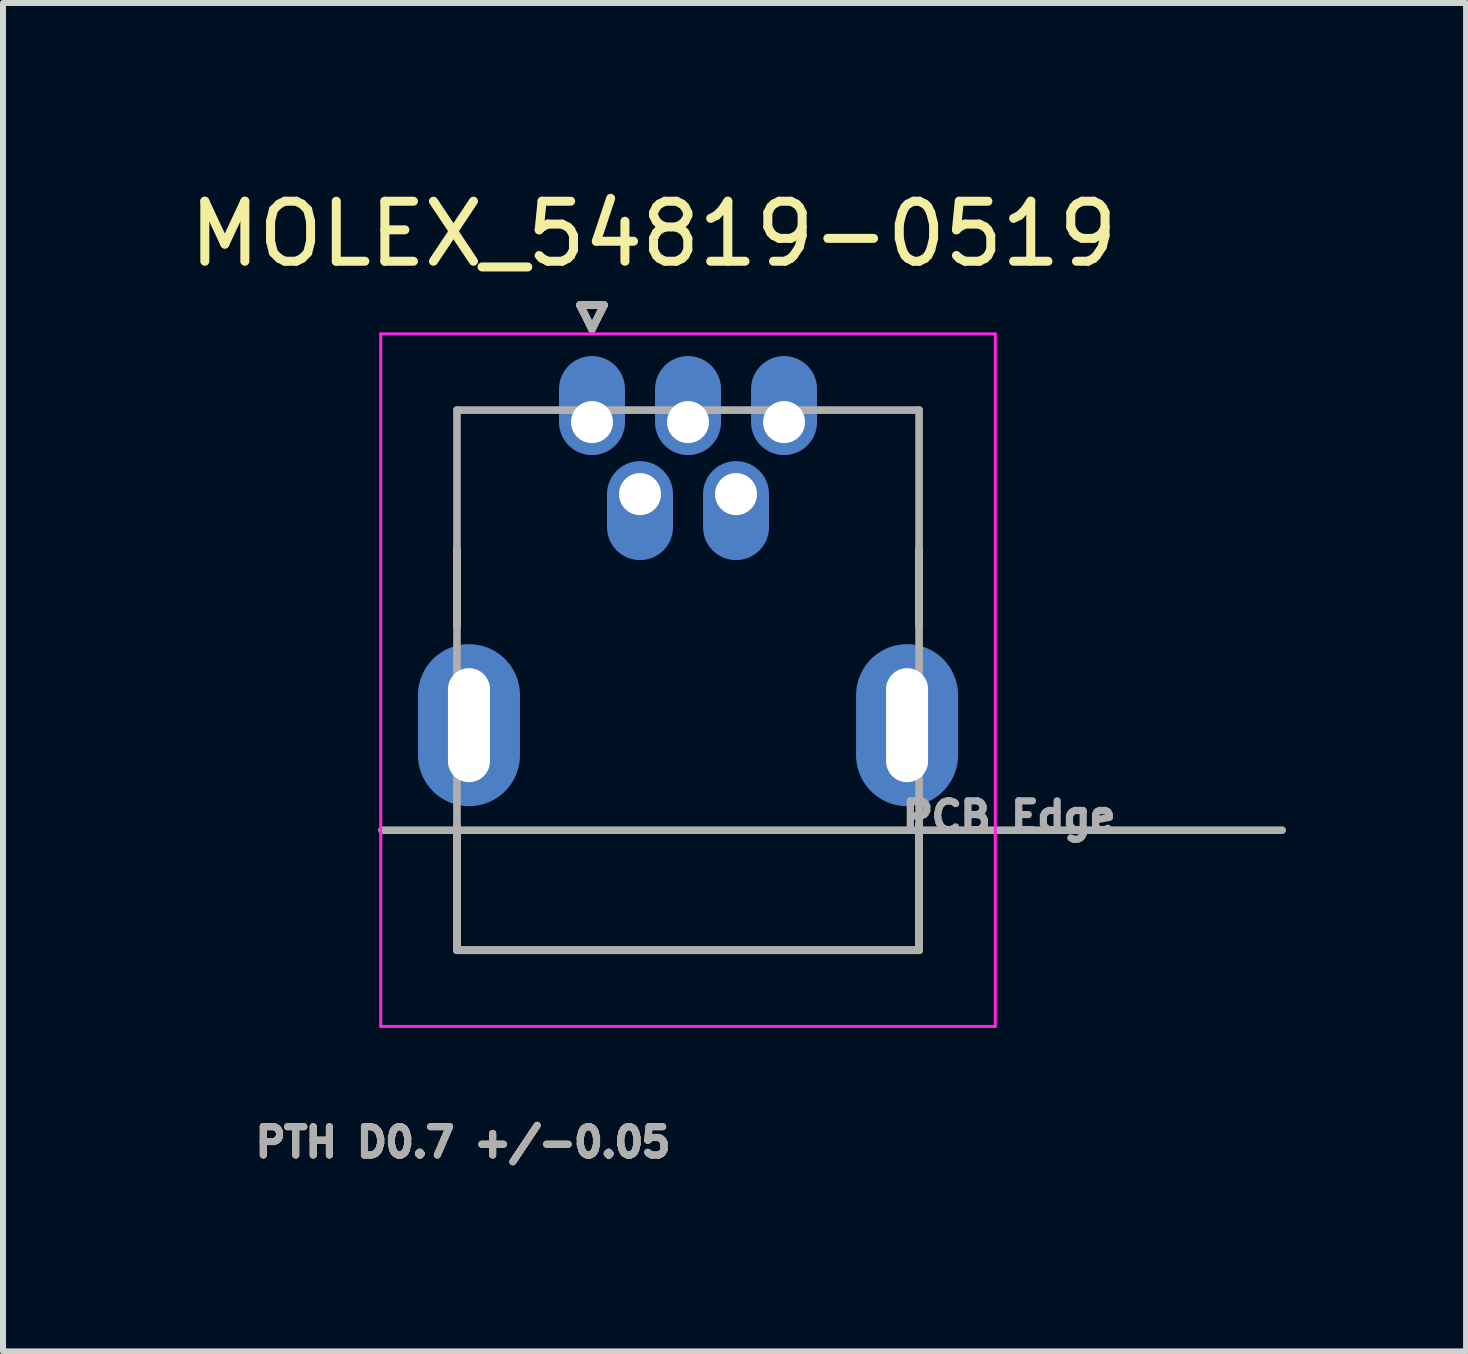
<source format=kicad_pcb>
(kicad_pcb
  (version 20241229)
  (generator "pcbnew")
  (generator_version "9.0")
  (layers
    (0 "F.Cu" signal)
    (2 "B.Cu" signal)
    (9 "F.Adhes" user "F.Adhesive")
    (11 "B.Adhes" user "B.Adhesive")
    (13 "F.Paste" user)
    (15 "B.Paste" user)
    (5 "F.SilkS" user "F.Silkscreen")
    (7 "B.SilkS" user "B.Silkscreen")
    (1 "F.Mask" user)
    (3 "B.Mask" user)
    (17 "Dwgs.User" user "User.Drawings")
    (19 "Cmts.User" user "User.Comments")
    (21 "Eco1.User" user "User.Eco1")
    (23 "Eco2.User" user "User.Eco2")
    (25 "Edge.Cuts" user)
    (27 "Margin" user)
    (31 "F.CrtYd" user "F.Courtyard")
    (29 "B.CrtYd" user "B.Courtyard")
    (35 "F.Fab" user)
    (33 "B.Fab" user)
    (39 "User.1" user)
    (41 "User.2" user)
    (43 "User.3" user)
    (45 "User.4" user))
  (footprint "MOLEX_54819-0519"
    (layer "F.Cu")
    (at 6.814 3.983)
    (property "Reference" "MOLEX_54819-0519" (at 1.025 -3.135 0) (layer "F.SilkS") (effects (font (size 1 1) (thickness 0.15))))
    (attr smd)
    (fp_circle (center 0 0) (end 0.301 0) (stroke (width 0.601) (type solid)) (fill no) (layer "F.Mask"))
    (fp_circle (center 0.8 1.2) (end 1.101 1.2) (stroke (width 0.601) (type solid)) (fill no) (layer "F.Mask"))
    (fp_circle (center 1.6 0) (end 1.901 0) (stroke (width 0.601) (type solid)) (fill no) (layer "F.Mask"))
    (fp_circle (center 2.4 1.2) (end 2.701 1.2) (stroke (width 0.601) (type solid)) (fill no) (layer "F.Mask"))
    (fp_circle (center 3.2 0) (end 3.501 0) (stroke (width 0.601) (type solid)) (fill no) (layer "F.Mask"))
    (fp_poly (pts (xy -1.411 4.411) (xy -1.411 5.689) (xy -1.424 5.755) (xy -1.441 5.814) (xy -1.463 5.871) (xy -1.491 5.925) (xy -1.524 5.977) (xy -1.562 6.026) (xy -1.605 6.07) (xy -1.651 6.11) (xy -1.701 6.146) (xy -1.754 6.177) (xy -1.81 6.202) (xy -1.868 6.223) (xy -1.928 6.237) (xy -1.989 6.246) (xy -2.05 6.249) (xy -2.111 6.246) (xy -2.172 6.237) (xy -2.232 6.223) (xy -2.29 6.202) (xy -2.346 6.177) (xy -2.399 6.146) (xy -2.449 6.11) (xy -2.495 6.07) (xy -2.538 6.026) (xy -2.576 5.977) (xy -2.609 5.925) (xy -2.637 5.871) (xy -2.659 5.814) (xy -2.676 5.755) (xy -2.689 5.689) (xy -2.689 4.411) (xy -2.676 4.345) (xy -2.659 4.286) (xy -2.637 4.229) (xy -2.609 4.175) (xy -2.576 4.123) (xy -2.538 4.074) (xy -2.495 4.03) (xy -2.449 3.99) (xy -2.399 3.954) (xy -2.346 3.923) (xy -2.29 3.898) (xy -2.232 3.877) (xy -2.172 3.863) (xy -2.111 3.854) (xy -2.05 3.851) (xy -1.989 3.854) (xy -1.928 3.863) (xy -1.868 3.877) (xy -1.81 3.898) (xy -1.754 3.923) (xy -1.701 3.954) (xy -1.651 3.99) (xy -1.605 4.03) (xy -1.562 4.074) (xy -1.524 4.123) (xy -1.491 4.175) (xy -1.463 4.229) (xy -1.441 4.286) (xy -1.424 4.345) (xy -1.411 4.411) (xy -1.411 4.411)) (stroke (width 0.01) (type solid)) (fill yes) (layer "F.Mask"))
    (fp_poly (pts (xy 5.889 4.411) (xy 5.889 5.689) (xy 5.876 5.755) (xy 5.859 5.814) (xy 5.837 5.871) (xy 5.809 5.925) (xy 5.776 5.977) (xy 5.738 6.026) (xy 5.695 6.07) (xy 5.649 6.11) (xy 5.599 6.146) (xy 5.546 6.177) (xy 5.49 6.202) (xy 5.432 6.223) (xy 5.372 6.237) (xy 5.311 6.246) (xy 5.25 6.249) (xy 5.189 6.246) (xy 5.128 6.237) (xy 5.068 6.223) (xy 5.01 6.202) (xy 4.954 6.177) (xy 4.901 6.146) (xy 4.851 6.11) (xy 4.805 6.07) (xy 4.762 6.026) (xy 4.724 5.977) (xy 4.691 5.925) (xy 4.663 5.871) (xy 4.641 5.814) (xy 4.624 5.755) (xy 4.611 5.689) (xy 4.611 4.411) (xy 4.624 4.345) (xy 4.641 4.286) (xy 4.663 4.229) (xy 4.691 4.175) (xy 4.724 4.123) (xy 4.762 4.074) (xy 4.805 4.03) (xy 4.851 3.99) (xy 4.901 3.954) (xy 4.954 3.923) (xy 5.01 3.898) (xy 5.068 3.877) (xy 5.128 3.863) (xy 5.189 3.854) (xy 5.25 3.851) (xy 5.311 3.854) (xy 5.372 3.863) (xy 5.432 3.877) (xy 5.49 3.898) (xy 5.546 3.923) (xy 5.599 3.954) (xy 5.649 3.99) (xy 5.695 4.03) (xy 5.738 4.074) (xy 5.776 4.123) (xy 5.809 4.175) (xy 5.837 4.229) (xy 5.859 4.286) (xy 5.876 4.345) (xy 5.889 4.411) (xy 5.889 4.411)) (stroke (width 0.01) (type solid)) (fill yes) (layer "F.Mask"))
    (fp_poly (pts (xy -1.124 4.55) (xy -1.124 5.55) (xy -1.129 5.647) (xy -1.144 5.743) (xy -1.169 5.836) (xy -1.204 5.927) (xy -1.248 6.013) (xy -1.301 6.094) (xy -1.362 6.17) (xy -1.43 6.238) (xy -1.506 6.299) (xy -1.587 6.352) (xy -1.673 6.396) (xy -1.764 6.431) (xy -1.857 6.456) (xy -1.953 6.471) (xy -2.05 6.476) (xy -2.147 6.471) (xy -2.243 6.456) (xy -2.336 6.431) (xy -2.427 6.396) (xy -2.513 6.352) (xy -2.594 6.299) (xy -2.67 6.238) (xy -2.738 6.17) (xy -2.799 6.094) (xy -2.852 6.013) (xy -2.896 5.927) (xy -2.931 5.836) (xy -2.956 5.743) (xy -2.971 5.647) (xy -2.976 5.55) (xy -2.976 4.55) (xy -2.971 4.453) (xy -2.956 4.357) (xy -2.931 4.264) (xy -2.896 4.173) (xy -2.852 4.087) (xy -2.799 4.006) (xy -2.738 3.93) (xy -2.67 3.862) (xy -2.594 3.801) (xy -2.513 3.748) (xy -2.427 3.704) (xy -2.336 3.669) (xy -2.243 3.644) (xy -2.147 3.629) (xy -2.05 3.624) (xy -1.953 3.629) (xy -1.857 3.644) (xy -1.764 3.669) (xy -1.673 3.704) (xy -1.587 3.748) (xy -1.506 3.801) (xy -1.43 3.862) (xy -1.362 3.93) (xy -1.301 4.006) (xy -1.248 4.087) (xy -1.204 4.173) (xy -1.169 4.264) (xy -1.144 4.357) (xy -1.129 4.453) (xy -1.124 4.55) (xy -1.124 4.55)) (stroke (width 0.01) (type solid)) (fill yes) (layer "B.Mask"))
    (fp_poly (pts (xy 0.626 -0.55) (xy 0.626 0) (xy 0.623 0.065) (xy 0.613 0.13) (xy 0.596 0.194) (xy 0.572 0.255) (xy 0.542 0.313) (xy 0.507 0.368) (xy 0.465 0.419) (xy 0.419 0.465) (xy 0.368 0.507) (xy 0.313 0.542) (xy 0.255 0.572) (xy 0.194 0.596) (xy 0.13 0.613) (xy 0.065 0.623) (xy 0 0.626) (xy -0.065 0.623) (xy -0.13 0.613) (xy -0.194 0.596) (xy -0.255 0.572) (xy -0.313 0.542) (xy -0.368 0.507) (xy -0.419 0.465) (xy -0.465 0.419) (xy -0.507 0.368) (xy -0.542 0.313) (xy -0.572 0.255) (xy -0.596 0.194) (xy -0.613 0.13) (xy -0.623 0.065) (xy -0.626 0) (xy -0.626 -0.55) (xy -0.623 -0.615) (xy -0.613 -0.68) (xy -0.596 -0.744) (xy -0.572 -0.805) (xy -0.542 -0.863) (xy -0.507 -0.918) (xy -0.465 -0.969) (xy -0.419 -1.015) (xy -0.368 -1.057) (xy -0.313 -1.092) (xy -0.255 -1.122) (xy -0.194 -1.146) (xy -0.13 -1.163) (xy -0.065 -1.173) (xy 0 -1.176) (xy 0.065 -1.173) (xy 0.13 -1.163) (xy 0.194 -1.146) (xy 0.255 -1.122) (xy 0.313 -1.092) (xy 0.368 -1.057) (xy 0.419 -1.015) (xy 0.465 -0.969) (xy 0.507 -0.918) (xy 0.542 -0.863) (xy 0.572 -0.805) (xy 0.596 -0.744) (xy 0.613 -0.68) (xy 0.623 -0.615) (xy 0.626 -0.55) (xy 0.626 -0.55)) (stroke (width 0.01) (type solid)) (fill yes) (layer "B.Mask"))
    (fp_poly (pts (xy 1.426 1.2) (xy 1.426 1.75) (xy 1.423 1.815) (xy 1.413 1.88) (xy 1.396 1.944) (xy 1.372 2.005) (xy 1.342 2.063) (xy 1.307 2.118) (xy 1.265 2.169) (xy 1.219 2.215) (xy 1.168 2.257) (xy 1.113 2.292) (xy 1.055 2.322) (xy 0.994 2.346) (xy 0.93 2.363) (xy 0.865 2.373) (xy 0.8 2.376) (xy 0.735 2.373) (xy 0.67 2.363) (xy 0.606 2.346) (xy 0.545 2.322) (xy 0.487 2.292) (xy 0.432 2.257) (xy 0.381 2.215) (xy 0.335 2.169) (xy 0.293 2.118) (xy 0.258 2.063) (xy 0.228 2.005) (xy 0.204 1.944) (xy 0.187 1.88) (xy 0.177 1.815) (xy 0.174 1.75) (xy 0.174 1.2) (xy 0.177 1.135) (xy 0.187 1.07) (xy 0.204 1.006) (xy 0.228 0.945) (xy 0.258 0.887) (xy 0.293 0.832) (xy 0.335 0.781) (xy 0.381 0.735) (xy 0.432 0.693) (xy 0.487 0.658) (xy 0.545 0.628) (xy 0.606 0.604) (xy 0.67 0.587) (xy 0.735 0.577) (xy 0.8 0.574) (xy 0.865 0.577) (xy 0.93 0.587) (xy 0.994 0.604) (xy 1.055 0.628) (xy 1.113 0.658) (xy 1.168 0.693) (xy 1.219 0.735) (xy 1.265 0.781) (xy 1.307 0.832) (xy 1.342 0.887) (xy 1.372 0.945) (xy 1.396 1.006) (xy 1.413 1.07) (xy 1.423 1.135) (xy 1.426 1.2) (xy 1.426 1.2)) (stroke (width 0.01) (type solid)) (fill yes) (layer "B.Mask"))
    (fp_poly (pts (xy 2.226 -0.55) (xy 2.226 0) (xy 2.223 0.065) (xy 2.213 0.13) (xy 2.196 0.194) (xy 2.172 0.255) (xy 2.142 0.313) (xy 2.107 0.368) (xy 2.065 0.419) (xy 2.019 0.465) (xy 1.968 0.507) (xy 1.913 0.542) (xy 1.855 0.572) (xy 1.794 0.596) (xy 1.73 0.613) (xy 1.665 0.623) (xy 1.6 0.626) (xy 1.535 0.623) (xy 1.47 0.613) (xy 1.406 0.596) (xy 1.345 0.572) (xy 1.287 0.542) (xy 1.232 0.507) (xy 1.181 0.465) (xy 1.135 0.419) (xy 1.093 0.368) (xy 1.058 0.313) (xy 1.028 0.255) (xy 1.004 0.194) (xy 0.987 0.13) (xy 0.977 0.065) (xy 0.974 0) (xy 0.974 -0.55) (xy 0.977 -0.615) (xy 0.987 -0.68) (xy 1.004 -0.744) (xy 1.028 -0.805) (xy 1.058 -0.863) (xy 1.093 -0.918) (xy 1.135 -0.969) (xy 1.181 -1.015) (xy 1.232 -1.057) (xy 1.287 -1.092) (xy 1.345 -1.122) (xy 1.406 -1.146) (xy 1.47 -1.163) (xy 1.535 -1.173) (xy 1.6 -1.176) (xy 1.665 -1.173) (xy 1.73 -1.163) (xy 1.794 -1.146) (xy 1.855 -1.122) (xy 1.913 -1.092) (xy 1.968 -1.057) (xy 2.019 -1.015) (xy 2.065 -0.969) (xy 2.107 -0.918) (xy 2.142 -0.863) (xy 2.172 -0.805) (xy 2.196 -0.744) (xy 2.213 -0.68) (xy 2.223 -0.615) (xy 2.226 -0.55) (xy 2.226 -0.55)) (stroke (width 0.01) (type solid)) (fill yes) (layer "B.Mask"))
    (fp_poly (pts (xy 3.026 1.2) (xy 3.026 1.75) (xy 3.023 1.815) (xy 3.013 1.88) (xy 2.996 1.944) (xy 2.972 2.005) (xy 2.942 2.063) (xy 2.907 2.118) (xy 2.865 2.169) (xy 2.819 2.215) (xy 2.768 2.257) (xy 2.713 2.292) (xy 2.655 2.322) (xy 2.594 2.346) (xy 2.53 2.363) (xy 2.465 2.373) (xy 2.4 2.376) (xy 2.335 2.373) (xy 2.27 2.363) (xy 2.206 2.346) (xy 2.145 2.322) (xy 2.087 2.292) (xy 2.032 2.257) (xy 1.981 2.215) (xy 1.935 2.169) (xy 1.893 2.118) (xy 1.858 2.063) (xy 1.828 2.005) (xy 1.804 1.944) (xy 1.787 1.88) (xy 1.777 1.815) (xy 1.774 1.75) (xy 1.774 1.2) (xy 1.777 1.135) (xy 1.787 1.07) (xy 1.804 1.006) (xy 1.828 0.945) (xy 1.858 0.887) (xy 1.893 0.832) (xy 1.935 0.781) (xy 1.981 0.735) (xy 2.032 0.693) (xy 2.087 0.658) (xy 2.145 0.628) (xy 2.206 0.604) (xy 2.27 0.587) (xy 2.335 0.577) (xy 2.4 0.574) (xy 2.465 0.577) (xy 2.53 0.587) (xy 2.594 0.604) (xy 2.655 0.628) (xy 2.713 0.658) (xy 2.768 0.693) (xy 2.819 0.735) (xy 2.865 0.781) (xy 2.907 0.832) (xy 2.942 0.887) (xy 2.972 0.945) (xy 2.996 1.006) (xy 3.013 1.07) (xy 3.023 1.135) (xy 3.026 1.2) (xy 3.026 1.2)) (stroke (width 0.01) (type solid)) (fill yes) (layer "B.Mask"))
    (fp_poly (pts (xy 3.826 -0.55) (xy 3.826 0) (xy 3.823 0.065) (xy 3.813 0.13) (xy 3.796 0.194) (xy 3.772 0.255) (xy 3.742 0.313) (xy 3.707 0.368) (xy 3.665 0.419) (xy 3.619 0.465) (xy 3.568 0.507) (xy 3.513 0.542) (xy 3.455 0.572) (xy 3.394 0.596) (xy 3.33 0.613) (xy 3.265 0.623) (xy 3.2 0.626) (xy 3.135 0.623) (xy 3.07 0.613) (xy 3.006 0.596) (xy 2.945 0.572) (xy 2.887 0.542) (xy 2.832 0.507) (xy 2.781 0.465) (xy 2.735 0.419) (xy 2.693 0.368) (xy 2.658 0.313) (xy 2.628 0.255) (xy 2.604 0.194) (xy 2.587 0.13) (xy 2.577 0.065) (xy 2.574 0) (xy 2.574 -0.55) (xy 2.577 -0.615) (xy 2.587 -0.68) (xy 2.604 -0.744) (xy 2.628 -0.805) (xy 2.658 -0.863) (xy 2.693 -0.918) (xy 2.735 -0.969) (xy 2.781 -1.015) (xy 2.832 -1.057) (xy 2.887 -1.092) (xy 2.945 -1.122) (xy 3.006 -1.146) (xy 3.07 -1.163) (xy 3.135 -1.173) (xy 3.2 -1.176) (xy 3.265 -1.173) (xy 3.33 -1.163) (xy 3.394 -1.146) (xy 3.455 -1.122) (xy 3.513 -1.092) (xy 3.568 -1.057) (xy 3.619 -1.015) (xy 3.665 -0.969) (xy 3.707 -0.918) (xy 3.742 -0.863) (xy 3.772 -0.805) (xy 3.796 -0.744) (xy 3.813 -0.68) (xy 3.823 -0.615) (xy 3.826 -0.55) (xy 3.826 -0.55)) (stroke (width 0.01) (type solid)) (fill yes) (layer "B.Mask"))
    (fp_poly (pts (xy 6.176 4.55) (xy 6.176 5.55) (xy 6.171 5.647) (xy 6.156 5.743) (xy 6.131 5.836) (xy 6.096 5.927) (xy 6.052 6.013) (xy 5.999 6.094) (xy 5.938 6.17) (xy 5.87 6.238) (xy 5.794 6.299) (xy 5.713 6.352) (xy 5.627 6.396) (xy 5.536 6.431) (xy 5.443 6.456) (xy 5.347 6.471) (xy 5.25 6.476) (xy 5.153 6.471) (xy 5.057 6.456) (xy 4.964 6.431) (xy 4.873 6.396) (xy 4.787 6.352) (xy 4.706 6.299) (xy 4.63 6.238) (xy 4.562 6.17) (xy 4.501 6.094) (xy 4.448 6.013) (xy 4.404 5.927) (xy 4.369 5.836) (xy 4.344 5.743) (xy 4.329 5.647) (xy 4.324 5.55) (xy 4.324 4.55) (xy 4.329 4.453) (xy 4.344 4.357) (xy 4.369 4.264) (xy 4.404 4.173) (xy 4.448 4.087) (xy 4.501 4.006) (xy 4.562 3.93) (xy 4.63 3.862) (xy 4.706 3.801) (xy 4.787 3.748) (xy 4.873 3.704) (xy 4.964 3.669) (xy 5.057 3.644) (xy 5.153 3.629) (xy 5.25 3.624) (xy 5.347 3.629) (xy 5.443 3.644) (xy 5.536 3.669) (xy 5.627 3.704) (xy 5.713 3.748) (xy 5.794 3.801) (xy 5.87 3.862) (xy 5.938 3.93) (xy 5.999 4.006) (xy 6.052 4.087) (xy 6.096 4.173) (xy 6.131 4.264) (xy 6.156 4.357) (xy 6.171 4.453) (xy 6.176 4.55) (xy 6.176 4.55)) (stroke (width 0.01) (type solid)) (fill yes) (layer "B.Mask"))
    (fp_line (start -2.25 3.386) (end -2.25 2.114) (stroke (width 0.127) (type solid)) (layer "F.SilkS"))
    (fp_line (start -2.25 8.8) (end -2.25 6.713) (stroke (width 0.127) (type solid)) (layer "F.SilkS"))
    (fp_line (start -0.2 -1.95) (end 0 -1.55) (stroke (width 0.127) (type solid)) (layer "F.SilkS"))
    (fp_line (start 0.2 -1.95) (end -0.2 -1.95) (stroke (width 0.127) (type solid)) (layer "F.SilkS"))
    (fp_line (start 0.2 -1.95) (end 0 -1.55) (stroke (width 0.127) (type solid)) (layer "F.SilkS"))
    (fp_line (start 5.45 2.114) (end 5.45 3.386) (stroke (width 0.127) (type solid)) (layer "F.SilkS"))
    (fp_line (start 5.45 6.713) (end 5.45 8.8) (stroke (width 0.127) (type solid)) (layer "F.SilkS"))
    (fp_line (start 5.45 8.8) (end -2.25 8.8) (stroke (width 0.127) (type solid)) (layer "F.SilkS"))
    (fp_line (start -3.52 -1.47) (end 6.72 -1.47) (stroke (width 0.05) (type solid)) (layer "F.CrtYd"))
    (fp_line (start -3.52 10.07) (end -3.52 -1.47) (stroke (width 0.05) (type solid)) (layer "F.CrtYd"))
    (fp_line (start 6.72 -1.47) (end 6.72 10.07) (stroke (width 0.05) (type solid)) (layer "F.CrtYd"))
    (fp_line (start 6.72 10.07) (end -3.52 10.07) (stroke (width 0.05) (type solid)) (layer "F.CrtYd"))
    (fp_line (start -3.5 6.8) (end -2.25 6.8) (stroke (width 0.127) (type solid)) (layer "F.Fab"))
    (fp_line (start -2.25 -0.2) (end 5.45 -0.2) (stroke (width 0.127) (type solid)) (layer "F.Fab"))
    (fp_line (start -2.25 6.8) (end -2.25 -0.2) (stroke (width 0.127) (type solid)) (layer "F.Fab"))
    (fp_line (start -2.25 8.8) (end -2.25 6.8) (stroke (width 0.127) (type solid)) (layer "F.Fab"))
    (fp_line (start -0.2 -1.95) (end 0 -1.55) (stroke (width 0.127) (type solid)) (layer "F.Fab"))
    (fp_line (start 0.2 -1.95) (end -0.2 -1.95) (stroke (width 0.127) (type solid)) (layer "F.Fab"))
    (fp_line (start 0.2 -1.95) (end 0 -1.55) (stroke (width 0.127) (type solid)) (layer "F.Fab"))
    (fp_line (start 5.45 -0.2) (end 5.45 6.8) (stroke (width 0.127) (type solid)) (layer "F.Fab"))
    (fp_line (start 5.45 6.8) (end -2.25 6.8) (stroke (width 0.127) (type solid)) (layer "F.Fab"))
    (fp_line (start 5.45 6.8) (end 5.45 8.8) (stroke (width 0.127) (type solid)) (layer "F.Fab"))
    (fp_line (start 5.45 6.8) (end 11.5 6.8) (stroke (width 0.127) (type solid)) (layer "F.Fab"))
    (fp_line (start 5.45 8.8) (end -2.25 8.8) (stroke (width 0.127) (type solid)) (layer "F.Fab"))
    (fp_text user "PTH D0.7 +/-0.05" (at -2.15 12 0) (layer "F.SilkS") (effects (font (size 0.472 0.472) (thickness 0.15))))
    (fp_text user "PTH D0.7 +/-0.05" (at -2.15 12 0) (layer "F.Fab") (effects (font (size 0.472 0.472) (thickness 0.15))))
    (fp_text user "PCB Edge" (at 6.95 6.575 0) (layer "F.Fab") (effects (font (size 0.48 0.48) (thickness 0.15))))
    (pad "1" smd oval (at 0 -0.275) (size 1.1 1.65) (layers "B.Cu"))
    (pad "2" smd oval (at 0.8 1.475) (size 1.1 1.65) (layers "B.Cu"))
    (pad "3" smd oval (at 1.6 -0.275) (size 1.1 1.65) (layers "B.Cu"))
    (pad "4" smd oval (at 2.4 1.475) (size 1.1 1.65) (layers "B.Cu"))
    (pad "5" smd oval (at 3.2 -0.275) (size 1.1 1.65) (layers "B.Cu"))
    (pad "6" thru_hole circle (at 0 0) (size 1.05 1.05) (drill 0.7) (layers "*.Cu"))
    (pad "7" thru_hole circle (at 0.8 1.2) (size 1.05 1.05) (drill 0.7) (layers "*.Cu"))
    (pad "8" thru_hole circle (at 1.6 0) (size 1.05 1.05) (drill 0.7) (layers "*.Cu"))
    (pad "9" thru_hole circle (at 2.4 1.2) (size 1.05 1.05) (drill 0.7) (layers "*.Cu"))
    (pad "10" thru_hole circle (at 3.2 0) (size 1.05 1.05) (drill 0.7) (layers "*.Cu"))
    (pad "11" thru_hole oval (at -2.05 5.05) (size 1.123 2.245) (drill oval 0.7 1.9) (layers "*.Cu"))
    (pad "12" thru_hole oval (at 5.25 5.05) (size 1.123 2.245) (drill oval 0.7 1.9) (layers "*.Cu"))
    (pad "S1" smd oval (at -2.05 5.05) (size 1.7 2.7) (layers "B.Cu"))
    (pad "S2" smd oval (at 5.25 5.05) (size 1.7 2.7) (layers "B.Cu"))
    (zone (net_name "") (layer "F.Cu") (hatch full 0.508) (connect_pads) (min_thickness 0.01) (filled_areas_thickness no) (keepout (tracks not_allowed) (vias not_allowed) (pads not_allowed) (copperpour not_allowed) (footprints allowed)) (placement (enabled no)) (fill) (polygon (pts (xy 4.014 3.283) (xy 5.414 3.283) (xy 5.414 5.783) (xy 4.014 5.783))))
    (zone (net_name "") (layer "F.Cu") (hatch full 0.508) (connect_pads) (min_thickness 0.01) (filled_areas_thickness no) (keepout (tracks not_allowed) (vias not_allowed) (pads not_allowed) (copperpour not_allowed) (footprints allowed)) (placement (enabled no)) (fill) (polygon (pts (xy 5.314 9.583) (xy 11.514 9.583) (xy 11.514 10.783) (xy 5.314 10.783))))
    (zone (net_name "") (layer "F.Cu") (hatch full 0.508) (connect_pads) (min_thickness 0.01) (filled_areas_thickness no) (keepout (tracks not_allowed) (vias not_allowed) (pads not_allowed) (copperpour not_allowed) (footprints allowed)) (placement (enabled no)) (fill) (polygon (pts (xy 11.414 3.283) (xy 12.814 3.283) (xy 12.814 5.783) (xy 11.414 5.783))))
    (zone (net_name "") (layers "F.Cu" "B.Cu") (hatch full 0.508) (connect_pads) (min_thickness 0.01) (filled_areas_thickness no) (keepout (tracks allowed) (vias not_allowed) (pads allowed) (copperpour allowed) (footprints allowed)) (placement (enabled no)) (fill) (polygon (pts (xy 4.014 3.283) (xy 5.414 3.283) (xy 5.414 5.783) (xy 4.014 5.783))))
    (zone (net_name "") (layers "F.Cu" "B.Cu") (hatch full 0.508) (connect_pads) (min_thickness 0.01) (filled_areas_thickness no) (keepout (tracks allowed) (vias not_allowed) (pads allowed) (copperpour allowed) (footprints allowed)) (placement (enabled no)) (fill) (polygon (pts (xy 5.314 9.583) (xy 11.514 9.583) (xy 11.514 10.783) (xy 5.314 10.783))))
    (zone (net_name "") (layers "F.Cu" "B.Cu") (hatch full 0.508) (connect_pads) (min_thickness 0.01) (filled_areas_thickness no) (keepout (tracks allowed) (vias not_allowed) (pads allowed) (copperpour allowed) (footprints allowed)) (placement (enabled no)) (fill) (polygon (pts (xy 11.414 3.283) (xy 12.814 3.283) (xy 12.814 5.783) (xy 11.414 5.783)))))
  (gr_rect
    (start -3 -3)
    (end 21.378 19.467)
    (stroke (width 0.1) (type default))
    (fill no)
    (layer "Edge.Cuts")))
</source>
